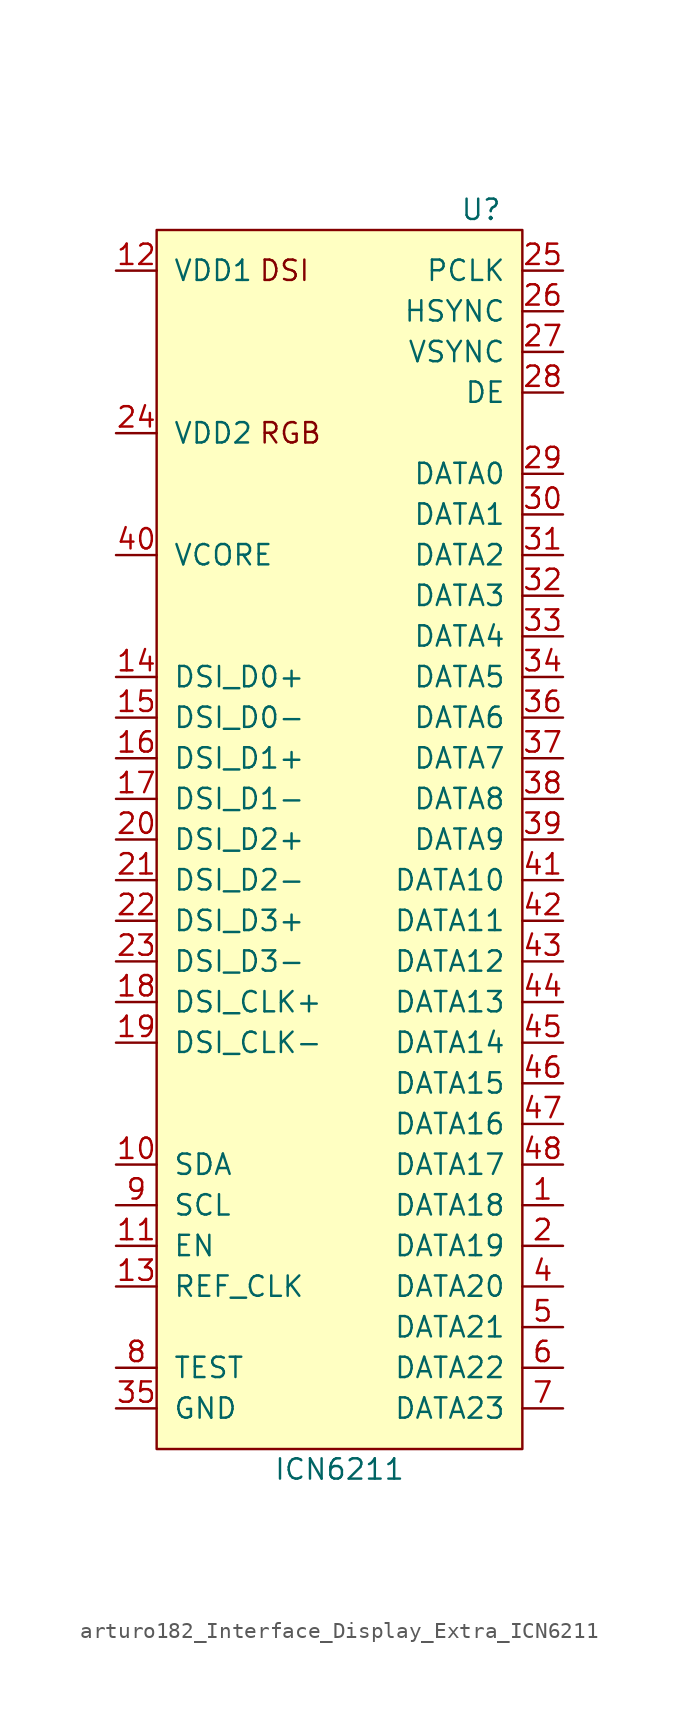
<source format=kicad_sym>
(kicad_symbol_lib
  (version 20220914)
  (generator kicad_symbol_editor)
  (symbol "arturo182_Interface_Display_Extra_ICN6211"
    (pin_names
      (offset 1.016))
    (property "Reference" "U"
      (at 10.16 39.37 0)
      (effects (font (size 1.27 1.27)) (justify right)))
    (property "Value" "ICN6211"
      (at 0 -39.37 0)
      (effects (font (size 1.27 1.27))))
    (symbol "arturo182_Interface_Display_Extra_ICN6211_0_0"
      (text "DSI" (at -5.08 35.56 0) (effects (font (size 1.27 1.27)) (justify left)))
      (text "RGB" (at -5.08 25.4 0) (effects (font (size 1.27 1.27)) (justify left))))
    (symbol "arturo182_Interface_Display_Extra_ICN6211_0_1"
      (rectangle (start -11.43 38.1) (end 11.43 -38.1) (stroke (width 0) (type solid)) (fill (type background))))
    (symbol "arturo182_Interface_Display_Extra_ICN6211_1_1"
      (pin output line (at 13.97 -22.86 180) (length 2.54) (name "DATA18" (effects (font (size 1.27 1.27)))) (number "1" (effects (font (size 1.27 1.27)))))
      (pin bidirectional line (at -13.97 -20.32 0) (length 2.54) (name "SDA" (effects (font (size 1.27 1.27)))) (number "10" (effects (font (size 1.27 1.27)))))
      (pin input line (at -13.97 -25.4 0) (length 2.54) (name "EN" (effects (font (size 1.27 1.27)))) (number "11" (effects (font (size 1.27 1.27)))))
      (pin power_in line (at -13.97 35.56 0) (length 2.54) (name "VDD1" (effects (font (size 1.27 1.27)))) (number "12" (effects (font (size 1.27 1.27)))))
      (pin input line (at -13.97 -27.94 0) (length 2.54) (name "REF_CLK" (effects (font (size 1.27 1.27)))) (number "13" (effects (font (size 1.27 1.27)))))
      (pin bidirectional line (at -13.97 10.16 0) (length 2.54) (name "DSI_D0+" (effects (font (size 1.27 1.27)))) (number "14" (effects (font (size 1.27 1.27)))))
      (pin bidirectional line (at -13.97 7.62 0) (length 2.54) (name "DSI_D0-" (effects (font (size 1.27 1.27)))) (number "15" (effects (font (size 1.27 1.27)))))
      (pin bidirectional line (at -13.97 5.08 0) (length 2.54) (name "DSI_D1+" (effects (font (size 1.27 1.27)))) (number "16" (effects (font (size 1.27 1.27)))))
      (pin bidirectional line (at -13.97 2.54 0) (length 2.54) (name "DSI_D1-" (effects (font (size 1.27 1.27)))) (number "17" (effects (font (size 1.27 1.27)))))
      (pin bidirectional line (at -13.97 -10.16 0) (length 2.54) (name "DSI_CLK+" (effects (font (size 1.27 1.27)))) (number "18" (effects (font (size 1.27 1.27)))))
      (pin bidirectional line (at -13.97 -12.7 0) (length 2.54) (name "DSI_CLK-" (effects (font (size 1.27 1.27)))) (number "19" (effects (font (size 1.27 1.27)))))
      (pin output line (at 13.97 -25.4 180) (length 2.54) (name "DATA19" (effects (font (size 1.27 1.27)))) (number "2" (effects (font (size 1.27 1.27)))))
      (pin bidirectional line (at -13.97 0 0) (length 2.54) (name "DSI_D2+" (effects (font (size 1.27 1.27)))) (number "20" (effects (font (size 1.27 1.27)))))
      (pin bidirectional line (at -13.97 -2.54 0) (length 2.54) (name "DSI_D2-" (effects (font (size 1.27 1.27)))) (number "21" (effects (font (size 1.27 1.27)))))
      (pin bidirectional line (at -13.97 -5.08 0) (length 2.54) (name "DSI_D3+" (effects (font (size 1.27 1.27)))) (number "22" (effects (font (size 1.27 1.27)))))
      (pin bidirectional line (at -13.97 -7.62 0) (length 2.54) (name "DSI_D3-" (effects (font (size 1.27 1.27)))) (number "23" (effects (font (size 1.27 1.27)))))
      (pin power_in line (at -13.97 25.4 0) (length 2.54) (name "VDD2" (effects (font (size 1.27 1.27)))) (number "24" (effects (font (size 1.27 1.27)))))
      (pin output line (at 13.97 35.56 180) (length 2.54) (name "PCLK" (effects (font (size 1.27 1.27)))) (number "25" (effects (font (size 1.27 1.27)))))
      (pin output line (at 13.97 33.02 180) (length 2.54) (name "HSYNC" (effects (font (size 1.27 1.27)))) (number "26" (effects (font (size 1.27 1.27)))))
      (pin output line (at 13.97 30.48 180) (length 2.54) (name "VSYNC" (effects (font (size 1.27 1.27)))) (number "27" (effects (font (size 1.27 1.27)))))
      (pin output line (at 13.97 27.94 180) (length 2.54) (name "DE" (effects (font (size 1.27 1.27)))) (number "28" (effects (font (size 1.27 1.27)))))
      (pin output line (at 13.97 22.86 180) (length 2.54) (name "DATA0" (effects (font (size 1.27 1.27)))) (number "29" (effects (font (size 1.27 1.27)))))
      (pin passive line (at -13.97 25.4 0) (length 2.54) hide (name "VDD3" (effects (font (size 1.27 1.27)))) (number "3" (effects (font (size 1.27 1.27)))))
      (pin output line (at 13.97 20.32 180) (length 2.54) (name "DATA1" (effects (font (size 1.27 1.27)))) (number "30" (effects (font (size 1.27 1.27)))))
      (pin output line (at 13.97 17.78 180) (length 2.54) (name "DATA2" (effects (font (size 1.27 1.27)))) (number "31" (effects (font (size 1.27 1.27)))))
      (pin output line (at 13.97 15.24 180) (length 2.54) (name "DATA3" (effects (font (size 1.27 1.27)))) (number "32" (effects (font (size 1.27 1.27)))))
      (pin output line (at 13.97 12.7 180) (length 2.54) (name "DATA4" (effects (font (size 1.27 1.27)))) (number "33" (effects (font (size 1.27 1.27)))))
      (pin output line (at 13.97 10.16 180) (length 2.54) (name "DATA5" (effects (font (size 1.27 1.27)))) (number "34" (effects (font (size 1.27 1.27)))))
      (pin power_in line (at -13.97 -35.56 0) (length 2.54) (name "GND" (effects (font (size 1.27 1.27)))) (number "35" (effects (font (size 1.27 1.27)))))
      (pin output line (at 13.97 7.62 180) (length 2.54) (name "DATA6" (effects (font (size 1.27 1.27)))) (number "36" (effects (font (size 1.27 1.27)))))
      (pin output line (at 13.97 5.08 180) (length 2.54) (name "DATA7" (effects (font (size 1.27 1.27)))) (number "37" (effects (font (size 1.27 1.27)))))
      (pin output line (at 13.97 2.54 180) (length 2.54) (name "DATA8" (effects (font (size 1.27 1.27)))) (number "38" (effects (font (size 1.27 1.27)))))
      (pin output line (at 13.97 0 180) (length 2.54) (name "DATA9" (effects (font (size 1.27 1.27)))) (number "39" (effects (font (size 1.27 1.27)))))
      (pin output line (at 13.97 -27.94 180) (length 2.54) (name "DATA20" (effects (font (size 1.27 1.27)))) (number "4" (effects (font (size 1.27 1.27)))))
      (pin power_out line (at -13.97 17.78 0) (length 2.54) (name "VCORE" (effects (font (size 1.27 1.27)))) (number "40" (effects (font (size 1.27 1.27)))))
      (pin output line (at 13.97 -2.54 180) (length 2.54) (name "DATA10" (effects (font (size 1.27 1.27)))) (number "41" (effects (font (size 1.27 1.27)))))
      (pin output line (at 13.97 -5.08 180) (length 2.54) (name "DATA11" (effects (font (size 1.27 1.27)))) (number "42" (effects (font (size 1.27 1.27)))))
      (pin output line (at 13.97 -7.62 180) (length 2.54) (name "DATA12" (effects (font (size 1.27 1.27)))) (number "43" (effects (font (size 1.27 1.27)))))
      (pin output line (at 13.97 -10.16 180) (length 2.54) (name "DATA13" (effects (font (size 1.27 1.27)))) (number "44" (effects (font (size 1.27 1.27)))))
      (pin output line (at 13.97 -12.7 180) (length 2.54) (name "DATA14" (effects (font (size 1.27 1.27)))) (number "45" (effects (font (size 1.27 1.27)))))
      (pin output line (at 13.97 -15.24 180) (length 2.54) (name "DATA15" (effects (font (size 1.27 1.27)))) (number "46" (effects (font (size 1.27 1.27)))))
      (pin output line (at 13.97 -17.78 180) (length 2.54) (name "DATA16" (effects (font (size 1.27 1.27)))) (number "47" (effects (font (size 1.27 1.27)))))
      (pin output line (at 13.97 -20.32 180) (length 2.54) (name "DATA17" (effects (font (size 1.27 1.27)))) (number "48" (effects (font (size 1.27 1.27)))))
      (pin passive line (at -13.97 -35.56 0) (length 2.54) hide (name "PAD" (effects (font (size 1.27 1.27)))) (number "49" (effects (font (size 1.27 1.27)))))
      (pin output line (at 13.97 -30.48 180) (length 2.54) (name "DATA21" (effects (font (size 1.27 1.27)))) (number "5" (effects (font (size 1.27 1.27)))))
      (pin output line (at 13.97 -33.02 180) (length 2.54) (name "DATA22" (effects (font (size 1.27 1.27)))) (number "6" (effects (font (size 1.27 1.27)))))
      (pin output line (at 13.97 -35.56 180) (length 2.54) (name "DATA23" (effects (font (size 1.27 1.27)))) (number "7" (effects (font (size 1.27 1.27)))))
      (pin input line (at -13.97 -33.02 0) (length 2.54) (name "TEST" (effects (font (size 1.27 1.27)))) (number "8" (effects (font (size 1.27 1.27)))))
      (pin input line (at -13.97 -22.86 0) (length 2.54) (name "SCL" (effects (font (size 1.27 1.27)))) (number "9" (effects (font (size 1.27 1.27))))))))
</source>
